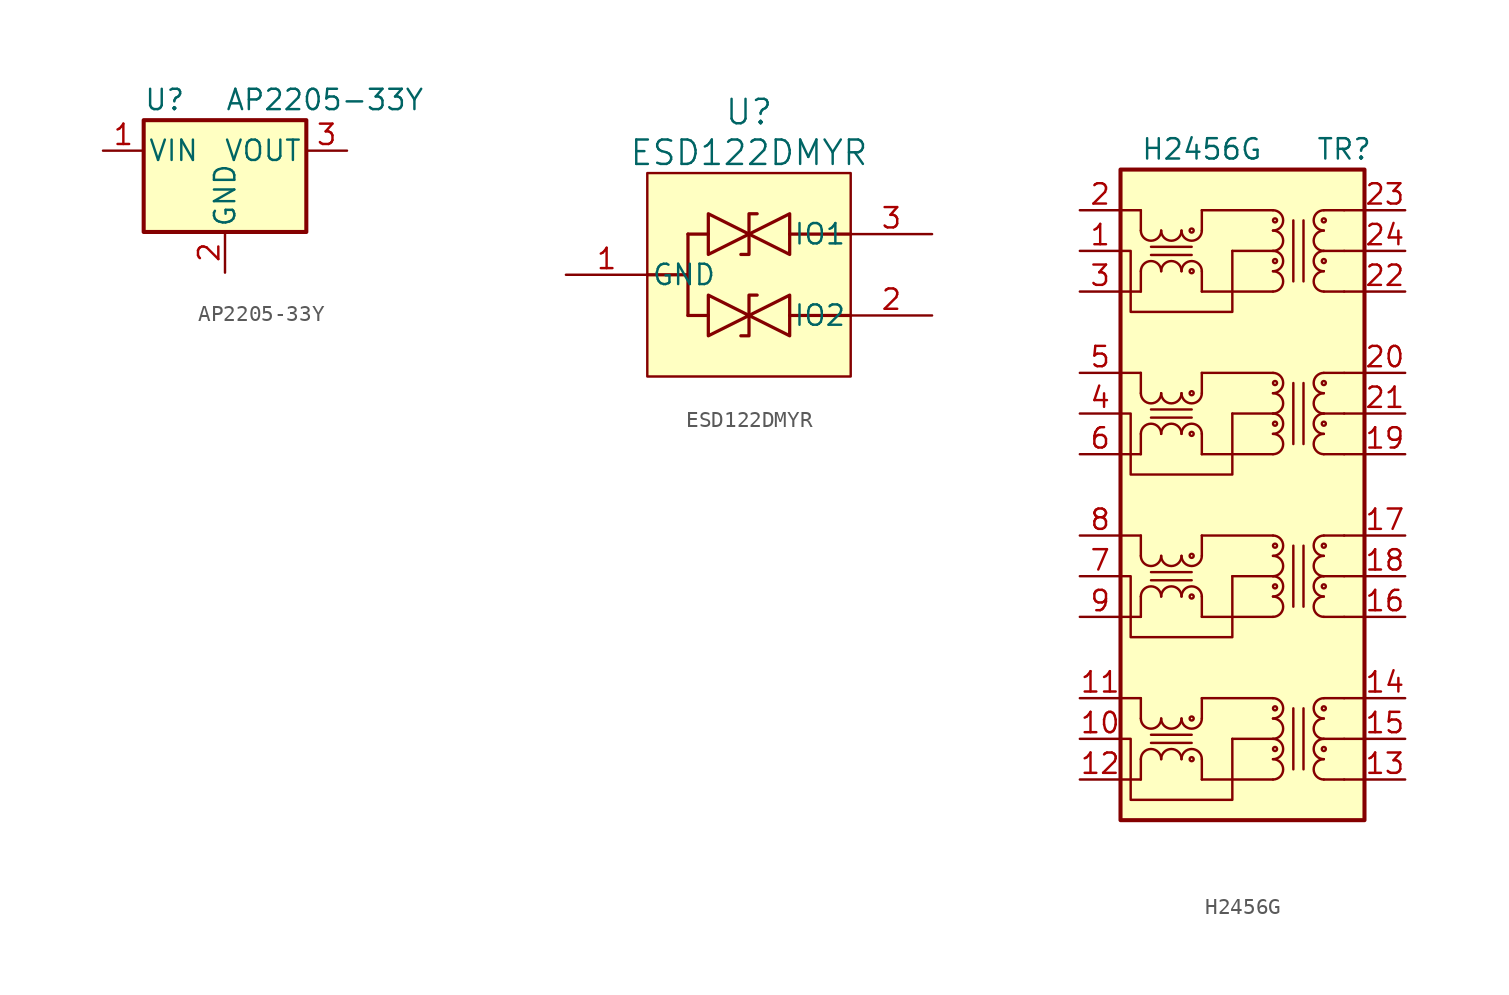
<source format=kicad_sym>
(kicad_symbol_lib
  (version 20220914)
  (generator kicad_symbol_editor)
  (symbol "AP2205-33Y"
    (pin_names
      (offset 0.254))
    (property "Reference" "U"
      (at -5.08 3.175 0)
      (effects (font (size 1.27 1.27)) (justify left)))
    (property "Value" "AP2205-33Y"
      (at 0 3.175 0)
      (effects (font (size 1.27 1.27)) (justify left)))
    (symbol "AP2205-33Y_0_1"
      (rectangle (start -5.08 1.905) (end 5.08 -5.08) (stroke (width 0.254) (type default)) (fill (type background))))
    (symbol "AP2205-33Y_1_1"
      (pin power_in line (at -7.62 0 0) (length 2.54) (name "VIN" (effects (font (size 1.27 1.27)))) (number "1" (effects (font (size 1.27 1.27)))))
      (pin power_in line (at 0 -7.62 90) (length 2.54) (name "GND" (effects (font (size 1.27 1.27)))) (number "2" (effects (font (size 1.27 1.27)))))
      (pin power_out line (at 7.62 0 180) (length 2.54) (name "VOUT" (effects (font (size 1.27 1.27)))) (number "3" (effects (font (size 1.27 1.27)))))))
  (symbol "ESD122DMYR"
    (pin_names
      (offset 0.254))
    (property "Reference" "U"
      (at 0 10.16 0)
      (effects (font (size 1.524 1.524))))
    (property "Value" "ESD122DMYR"
      (at 0 7.62 0)
      (effects (font (size 1.524 1.524))))
    (symbol "ESD122DMYR_0_1"
      (polyline (pts (xy -6.35 0) (xy -3.81 0)) (stroke (width 0.203) (type default)) (fill (type none)))
      (polyline (pts (xy -3.81 0) (xy -3.81 -2.54)) (stroke (width 0.203) (type default)) (fill (type none)))
      (polyline (pts (xy -3.81 2.54) (xy -3.81 0)) (stroke (width 0.203) (type default)) (fill (type none)))
      (polyline (pts (xy -2.54 -2.54) (xy -3.81 -2.54)) (stroke (width 0.203) (type default)) (fill (type none)))
      (polyline (pts (xy -2.54 2.54) (xy -3.81 2.54)) (stroke (width 0.203) (type default)) (fill (type none)))
      (polyline (pts (xy 6.35 -2.54) (xy 2.54 -2.54)) (stroke (width 0.203) (type default)) (fill (type none)))
      (polyline (pts (xy 6.35 2.54) (xy 2.54 2.54)) (stroke (width 0.203) (type default)) (fill (type none)))
      (polyline (pts (xy -2.54 -3.81) (xy 0 -2.54) (xy -2.54 -1.27) (xy -2.54 -3.81)) (stroke (width 0.203) (type default)) (fill (type none)))
      (polyline (pts (xy -2.54 1.27) (xy 0 2.54) (xy -2.54 3.81) (xy -2.54 1.27)) (stroke (width 0.203) (type default)) (fill (type none)))
      (polyline (pts (xy 0.508 -1.27) (xy 0 -1.27) (xy 0 -3.81) (xy -0.508 -3.81)) (stroke (width 0.203) (type default)) (fill (type none)))
      (polyline (pts (xy 0.508 3.81) (xy 0 3.81) (xy 0 1.27) (xy -0.508 1.27)) (stroke (width 0.203) (type default)) (fill (type none)))
      (polyline (pts (xy 2.54 -1.27) (xy 2.54 -3.81) (xy 0 -2.54) (xy 2.54 -1.27)) (stroke (width 0.203) (type default)) (fill (type none)))
      (polyline (pts (xy 2.54 3.81) (xy 2.54 1.27) (xy 0 2.54) (xy 2.54 3.81)) (stroke (width 0.203) (type default)) (fill (type none))))
    (symbol "ESD122DMYR_1_1"
      (rectangle (start -6.35 6.35) (end 6.35 -6.35) (stroke (width 0) (type default)) (fill (type background)))
      (pin passive line (at -11.43 0 0) (length 5.08) (name "GND" (effects (font (size 1.27 1.27)))) (number "1" (effects (font (size 1.27 1.27)))))
      (pin passive line (at 11.43 -2.54 180) (length 5.08) (name "IO2" (effects (font (size 1.27 1.27)))) (number "2" (effects (font (size 1.27 1.27)))))
      (pin passive line (at 11.43 2.54 180) (length 5.08) (name "IO1" (effects (font (size 1.27 1.27)))) (number "3" (effects (font (size 1.27 1.27)))))))
  (symbol "H2456G"
    (pin_names
      (offset 1.016) hide)
    (property "Reference" "TR"
      (at 6.35 21.59 0)
      (effects (font (size 1.27 1.27))))
    (property "Value" "H2456G"
      (at -2.54 21.59 0)
      (effects (font (size 1.27 1.27))))
    (symbol "H2456G_0_1"
      (rectangle (start -7.62 20.32) (end 7.62 -20.32) (stroke (width 0.254) (type default)) (fill (type background)))
      (polyline (pts (xy -7.62 15.24) (xy -7.62 15.24)) (stroke (width 0) (type default)) (fill (type none)))
      (polyline (pts (xy -6.35 -17.78) (xy -6.35 -16.51)) (stroke (width 0) (type default)) (fill (type none)))
      (polyline (pts (xy -6.35 -13.97) (xy -6.35 -12.7)) (stroke (width 0) (type default)) (fill (type none)))
      (polyline (pts (xy -6.35 -7.62) (xy -6.35 -6.35)) (stroke (width 0) (type default)) (fill (type none)))
      (polyline (pts (xy -6.35 -3.81) (xy -6.35 -2.54)) (stroke (width 0) (type default)) (fill (type none)))
      (polyline (pts (xy -6.35 2.54) (xy -6.35 3.81)) (stroke (width 0) (type default)) (fill (type none)))
      (polyline (pts (xy -6.35 6.35) (xy -6.35 7.62)) (stroke (width 0) (type default)) (fill (type none)))
      (polyline (pts (xy -6.35 12.7) (xy -6.35 13.97)) (stroke (width 0) (type default)) (fill (type none)))
      (polyline (pts (xy -6.35 16.51) (xy -6.35 17.78)) (stroke (width 0) (type default)) (fill (type none)))
      (polyline (pts (xy -2.54 -16.51) (xy -2.54 -17.78)) (stroke (width 0) (type default)) (fill (type none)))
      (polyline (pts (xy -2.54 -12.7) (xy -2.54 -13.97)) (stroke (width 0) (type default)) (fill (type none)))
      (polyline (pts (xy -2.54 -6.35) (xy -2.54 -7.62)) (stroke (width 0) (type default)) (fill (type none)))
      (polyline (pts (xy -2.54 -2.54) (xy -2.54 -3.81)) (stroke (width 0) (type default)) (fill (type none)))
      (polyline (pts (xy -2.54 3.81) (xy -2.54 2.54)) (stroke (width 0) (type default)) (fill (type none)))
      (polyline (pts (xy -2.54 7.62) (xy -2.54 6.35)) (stroke (width 0) (type default)) (fill (type none)))
      (polyline (pts (xy -2.54 13.97) (xy -2.54 12.7)) (stroke (width 0) (type default)) (fill (type none)))
      (polyline (pts (xy -2.54 17.78) (xy -2.54 16.51)) (stroke (width 0) (type default)) (fill (type none)))
      (polyline (pts (xy -0.635 -15.24) (xy -0.635 -19.05) (xy -6.985 -19.05) (xy -6.985 -15.24) (xy -7.62 -15.24)) (stroke (width 0) (type default)) (fill (type none)))
      (polyline (pts (xy -0.635 -5.08) (xy -0.635 -8.89) (xy -6.985 -8.89) (xy -6.985 -5.08) (xy -7.62 -5.08)) (stroke (width 0) (type default)) (fill (type none)))
      (polyline (pts (xy -0.635 5.08) (xy -0.635 1.27) (xy -6.985 1.27) (xy -6.985 5.08) (xy -7.62 5.08)) (stroke (width 0) (type default)) (fill (type none)))
      (polyline (pts (xy -0.635 15.24) (xy -0.635 11.43) (xy -6.985 11.43) (xy -6.985 15.24) (xy -7.62 15.24)) (stroke (width 0) (type default)) (fill (type none))))
    (symbol "H2456G_1_1"
      (arc (start -6.35 -13.97) (mid -5.715 -14.6023) (end -5.08 -13.97) (stroke (width 0) (type default)) (fill (type none)))
      (arc (start -6.35 -3.81) (mid -5.715 -4.4423) (end -5.08 -3.81) (stroke (width 0) (type default)) (fill (type none)))
      (arc (start -6.35 6.35) (mid -5.715 5.7177) (end -5.08 6.35) (stroke (width 0) (type default)) (fill (type none)))
      (arc (start -6.35 16.51) (mid -5.715 15.8777) (end -5.08 16.51) (stroke (width 0) (type default)) (fill (type none)))
      (arc (start -5.08 -16.51) (mid -5.715 -15.8777) (end -6.35 -16.51) (stroke (width 0) (type default)) (fill (type none)))
      (arc (start -5.08 -13.97) (mid -4.445 -14.6023) (end -3.81 -13.97) (stroke (width 0) (type default)) (fill (type none)))
      (arc (start -5.08 -6.35) (mid -5.715 -5.7177) (end -6.35 -6.35) (stroke (width 0) (type default)) (fill (type none)))
      (arc (start -5.08 -3.81) (mid -4.445 -4.4423) (end -3.81 -3.81) (stroke (width 0) (type default)) (fill (type none)))
      (arc (start -5.08 3.81) (mid -5.715 4.4423) (end -6.35 3.81) (stroke (width 0) (type default)) (fill (type none)))
      (arc (start -5.08 6.35) (mid -4.445 5.7177) (end -3.81 6.35) (stroke (width 0) (type default)) (fill (type none)))
      (arc (start -5.08 13.97) (mid -5.715 14.6023) (end -6.35 13.97) (stroke (width 0) (type default)) (fill (type none)))
      (arc (start -5.08 16.51) (mid -4.445 15.8777) (end -3.81 16.51) (stroke (width 0) (type default)) (fill (type none)))
      (arc (start -3.81 -16.51) (mid -4.445 -15.8777) (end -5.08 -16.51) (stroke (width 0) (type default)) (fill (type none)))
      (arc (start -3.81 -13.97) (mid -3.175 -14.6023) (end -2.54 -13.97) (stroke (width 0) (type default)) (fill (type none)))
      (arc (start -3.81 -6.35) (mid -4.445 -5.7177) (end -5.08 -6.35) (stroke (width 0) (type default)) (fill (type none)))
      (arc (start -3.81 -3.81) (mid -3.175 -4.4423) (end -2.54 -3.81) (stroke (width 0) (type default)) (fill (type none)))
      (arc (start -3.81 3.81) (mid -4.445 4.4423) (end -5.08 3.81) (stroke (width 0) (type default)) (fill (type none)))
      (arc (start -3.81 6.35) (mid -3.175 5.7177) (end -2.54 6.35) (stroke (width 0) (type default)) (fill (type none)))
      (arc (start -3.81 13.97) (mid -4.445 14.6023) (end -5.08 13.97) (stroke (width 0) (type default)) (fill (type none)))
      (arc (start -3.81 16.51) (mid -3.175 15.8777) (end -2.54 16.51) (stroke (width 0) (type default)) (fill (type none)))
      (circle (center -3.175 -16.51) (radius 0.127) (stroke (width 0) (type default)) (fill (type none)))
      (circle (center -3.175 -13.97) (radius 0.127) (stroke (width 0) (type default)) (fill (type none)))
      (circle (center -3.175 -6.35) (radius 0.127) (stroke (width 0) (type default)) (fill (type none)))
      (circle (center -3.175 -3.81) (radius 0.127) (stroke (width 0) (type default)) (fill (type none)))
      (circle (center -3.175 3.81) (radius 0.127) (stroke (width 0) (type default)) (fill (type none)))
      (circle (center -3.175 6.35) (radius 0.127) (stroke (width 0) (type default)) (fill (type none)))
      (circle (center -3.175 13.97) (radius 0.127) (stroke (width 0) (type default)) (fill (type none)))
      (circle (center -3.175 16.51) (radius 0.127) (stroke (width 0) (type default)) (fill (type none)))
      (arc (start -2.54 -16.51) (mid -3.175 -15.8777) (end -3.81 -16.51) (stroke (width 0) (type default)) (fill (type none)))
      (arc (start -2.54 -6.35) (mid -3.175 -5.7177) (end -3.81 -6.35) (stroke (width 0) (type default)) (fill (type none)))
      (arc (start -2.54 3.81) (mid -3.175 4.4423) (end -3.81 3.81) (stroke (width 0) (type default)) (fill (type none)))
      (arc (start -2.54 13.97) (mid -3.175 14.6023) (end -3.81 13.97) (stroke (width 0) (type default)) (fill (type none)))
      (polyline (pts (xy -7.62 -17.78) (xy -6.35 -17.78)) (stroke (width 0) (type default)) (fill (type none)))
      (polyline (pts (xy -7.62 -12.7) (xy -6.35 -12.7)) (stroke (width 0) (type default)) (fill (type none)))
      (polyline (pts (xy -7.62 -7.62) (xy -6.35 -7.62)) (stroke (width 0) (type default)) (fill (type none)))
      (polyline (pts (xy -7.62 -2.54) (xy -6.35 -2.54)) (stroke (width 0) (type default)) (fill (type none)))
      (polyline (pts (xy -7.62 2.54) (xy -6.35 2.54)) (stroke (width 0) (type default)) (fill (type none)))
      (polyline (pts (xy -7.62 7.62) (xy -6.35 7.62)) (stroke (width 0) (type default)) (fill (type none)))
      (polyline (pts (xy -7.62 12.7) (xy -6.35 12.7)) (stroke (width 0) (type default)) (fill (type none)))
      (polyline (pts (xy -7.62 17.78) (xy -6.35 17.78)) (stroke (width 0) (type default)) (fill (type none)))
      (polyline (pts (xy -5.715 -15.494) (xy -3.175 -15.494)) (stroke (width 0) (type default)) (fill (type none)))
      (polyline (pts (xy -5.715 -14.986) (xy -3.175 -14.986)) (stroke (width 0) (type default)) (fill (type none)))
      (polyline (pts (xy -5.715 -5.334) (xy -3.175 -5.334)) (stroke (width 0) (type default)) (fill (type none)))
      (polyline (pts (xy -5.715 -4.826) (xy -3.175 -4.826)) (stroke (width 0) (type default)) (fill (type none)))
      (polyline (pts (xy -5.715 4.826) (xy -3.175 4.826)) (stroke (width 0) (type default)) (fill (type none)))
      (polyline (pts (xy -5.715 5.334) (xy -3.175 5.334)) (stroke (width 0) (type default)) (fill (type none)))
      (polyline (pts (xy -5.715 14.986) (xy -3.175 14.986)) (stroke (width 0) (type default)) (fill (type none)))
      (polyline (pts (xy -5.715 15.494) (xy -3.175 15.494)) (stroke (width 0) (type default)) (fill (type none)))
      (polyline (pts (xy -2.54 -17.78) (xy 1.905 -17.78)) (stroke (width 0) (type default)) (fill (type none)))
      (polyline (pts (xy -2.54 -12.7) (xy 1.905 -12.7)) (stroke (width 0) (type default)) (fill (type none)))
      (polyline (pts (xy -2.54 -7.62) (xy 1.905 -7.62)) (stroke (width 0) (type default)) (fill (type none)))
      (polyline (pts (xy -2.54 -2.54) (xy 1.905 -2.54)) (stroke (width 0) (type default)) (fill (type none)))
      (polyline (pts (xy -2.54 2.54) (xy 1.905 2.54)) (stroke (width 0) (type default)) (fill (type none)))
      (polyline (pts (xy -2.54 7.62) (xy 1.905 7.62)) (stroke (width 0) (type default)) (fill (type none)))
      (polyline (pts (xy -2.54 12.7) (xy 1.905 12.7)) (stroke (width 0) (type default)) (fill (type none)))
      (polyline (pts (xy -2.54 17.78) (xy 1.905 17.78)) (stroke (width 0) (type default)) (fill (type none)))
      (polyline (pts (xy -0.635 -15.24) (xy 1.905 -15.24)) (stroke (width 0) (type default)) (fill (type none)))
      (polyline (pts (xy -0.635 -5.08) (xy 1.905 -5.08)) (stroke (width 0) (type default)) (fill (type none)))
      (polyline (pts (xy -0.635 5.08) (xy 1.905 5.08)) (stroke (width 0) (type default)) (fill (type none)))
      (polyline (pts (xy -0.635 15.24) (xy 1.905 15.24)) (stroke (width 0) (type default)) (fill (type none)))
      (polyline (pts (xy 3.175 -17.145) (xy 3.175 -13.335)) (stroke (width 0) (type default)) (fill (type none)))
      (polyline (pts (xy 3.175 -6.985) (xy 3.175 -3.175)) (stroke (width 0) (type default)) (fill (type none)))
      (polyline (pts (xy 3.175 3.175) (xy 3.175 6.985)) (stroke (width 0) (type default)) (fill (type none)))
      (polyline (pts (xy 3.175 13.335) (xy 3.175 17.145)) (stroke (width 0) (type default)) (fill (type none)))
      (polyline (pts (xy 3.81 -17.145) (xy 3.81 -13.335)) (stroke (width 0) (type default)) (fill (type none)))
      (polyline (pts (xy 3.81 -6.985) (xy 3.81 -3.175)) (stroke (width 0) (type default)) (fill (type none)))
      (polyline (pts (xy 3.81 3.175) (xy 3.81 6.985)) (stroke (width 0) (type default)) (fill (type none)))
      (polyline (pts (xy 3.81 13.335) (xy 3.81 17.145)) (stroke (width 0) (type default)) (fill (type none)))
      (polyline (pts (xy 6.35 -17.78) (xy 5.08 -17.78)) (stroke (width 0) (type default)) (fill (type none)))
      (polyline (pts (xy 6.35 -15.24) (xy 5.08 -15.24)) (stroke (width 0) (type default)) (fill (type none)))
      (polyline (pts (xy 6.35 -12.7) (xy 5.08 -12.7)) (stroke (width 0) (type default)) (fill (type none)))
      (polyline (pts (xy 6.35 -7.62) (xy 5.08 -7.62)) (stroke (width 0) (type default)) (fill (type none)))
      (polyline (pts (xy 6.35 -5.08) (xy 5.08 -5.08)) (stroke (width 0) (type default)) (fill (type none)))
      (polyline (pts (xy 6.35 -2.54) (xy 5.08 -2.54)) (stroke (width 0) (type default)) (fill (type none)))
      (polyline (pts (xy 6.35 2.54) (xy 5.08 2.54)) (stroke (width 0) (type default)) (fill (type none)))
      (polyline (pts (xy 6.35 5.08) (xy 5.08 5.08)) (stroke (width 0) (type default)) (fill (type none)))
      (polyline (pts (xy 6.35 7.62) (xy 5.08 7.62)) (stroke (width 0) (type default)) (fill (type none)))
      (polyline (pts (xy 6.35 12.7) (xy 5.08 12.7)) (stroke (width 0) (type default)) (fill (type none)))
      (polyline (pts (xy 6.35 15.24) (xy 5.08 15.24)) (stroke (width 0) (type default)) (fill (type none)))
      (polyline (pts (xy 6.35 17.78) (xy 5.08 17.78)) (stroke (width 0) (type default)) (fill (type none)))
      (polyline (pts (xy 7.62 -17.78) (xy 6.35 -17.78)) (stroke (width 0) (type default)) (fill (type none)))
      (polyline (pts (xy 7.62 -15.24) (xy 6.35 -15.24)) (stroke (width 0) (type default)) (fill (type none)))
      (polyline (pts (xy 7.62 -12.7) (xy 6.35 -12.7)) (stroke (width 0) (type default)) (fill (type none)))
      (polyline (pts (xy 7.62 -7.62) (xy 6.35 -7.62)) (stroke (width 0) (type default)) (fill (type none)))
      (polyline (pts (xy 7.62 -5.08) (xy 6.35 -5.08)) (stroke (width 0) (type default)) (fill (type none)))
      (polyline (pts (xy 7.62 -2.54) (xy 6.35 -2.54)) (stroke (width 0) (type default)) (fill (type none)))
      (polyline (pts (xy 7.62 2.54) (xy 6.35 2.54)) (stroke (width 0) (type default)) (fill (type none)))
      (polyline (pts (xy 7.62 5.08) (xy 6.35 5.08)) (stroke (width 0) (type default)) (fill (type none)))
      (polyline (pts (xy 7.62 7.62) (xy 6.35 7.62)) (stroke (width 0) (type default)) (fill (type none)))
      (polyline (pts (xy 7.62 12.7) (xy 6.35 12.7)) (stroke (width 0) (type default)) (fill (type none)))
      (polyline (pts (xy 7.62 15.24) (xy 6.35 15.24)) (stroke (width 0) (type default)) (fill (type none)))
      (polyline (pts (xy 7.62 17.78) (xy 6.35 17.78)) (stroke (width 0) (type default)) (fill (type none)))
      (arc (start 1.905 -17.78) (mid 2.5373 -17.145) (end 1.905 -16.51) (stroke (width 0) (type default)) (fill (type none)))
      (arc (start 1.905 -16.51) (mid 2.5373 -15.875) (end 1.905 -15.24) (stroke (width 0) (type default)) (fill (type none)))
      (arc (start 1.905 -15.24) (mid 2.5373 -14.605) (end 1.905 -13.97) (stroke (width 0) (type default)) (fill (type none)))
      (arc (start 1.905 -13.97) (mid 2.5373 -13.335) (end 1.905 -12.7) (stroke (width 0) (type default)) (fill (type none)))
      (arc (start 1.905 -7.62) (mid 2.5373 -6.985) (end 1.905 -6.35) (stroke (width 0) (type default)) (fill (type none)))
      (arc (start 1.905 -6.35) (mid 2.5373 -5.715) (end 1.905 -5.08) (stroke (width 0) (type default)) (fill (type none)))
      (arc (start 1.905 -5.08) (mid 2.5373 -4.445) (end 1.905 -3.81) (stroke (width 0) (type default)) (fill (type none)))
      (arc (start 1.905 -3.81) (mid 2.5373 -3.175) (end 1.905 -2.54) (stroke (width 0) (type default)) (fill (type none)))
      (arc (start 1.905 2.54) (mid 2.5373 3.175) (end 1.905 3.81) (stroke (width 0) (type default)) (fill (type none)))
      (arc (start 1.905 3.81) (mid 2.5373 4.445) (end 1.905 5.08) (stroke (width 0) (type default)) (fill (type none)))
      (arc (start 1.905 5.08) (mid 2.5373 5.715) (end 1.905 6.35) (stroke (width 0) (type default)) (fill (type none)))
      (arc (start 1.905 6.35) (mid 2.5373 6.985) (end 1.905 7.62) (stroke (width 0) (type default)) (fill (type none)))
      (arc (start 1.905 12.7) (mid 2.5373 13.335) (end 1.905 13.97) (stroke (width 0) (type default)) (fill (type none)))
      (arc (start 1.905 13.97) (mid 2.5373 14.605) (end 1.905 15.24) (stroke (width 0) (type default)) (fill (type none)))
      (arc (start 1.905 15.24) (mid 2.5373 15.875) (end 1.905 16.51) (stroke (width 0) (type default)) (fill (type none)))
      (arc (start 1.905 16.51) (mid 2.5373 17.145) (end 1.905 17.78) (stroke (width 0) (type default)) (fill (type none)))
      (circle (center 2.032 -15.875) (radius 0.127) (stroke (width 0) (type default)) (fill (type none)))
      (circle (center 2.032 -13.335) (radius 0.127) (stroke (width 0) (type default)) (fill (type none)))
      (circle (center 2.032 -5.715) (radius 0.127) (stroke (width 0) (type default)) (fill (type none)))
      (circle (center 2.032 -3.175) (radius 0.127) (stroke (width 0) (type default)) (fill (type none)))
      (circle (center 2.032 4.445) (radius 0.127) (stroke (width 0) (type default)) (fill (type none)))
      (circle (center 2.032 6.985) (radius 0.127) (stroke (width 0) (type default)) (fill (type none)))
      (circle (center 2.032 14.605) (radius 0.127) (stroke (width 0) (type default)) (fill (type none)))
      (circle (center 2.032 17.145) (radius 0.127) (stroke (width 0) (type default)) (fill (type none)))
      (arc (start 5.08 -16.51) (mid 4.4477 -17.145) (end 5.08 -17.78) (stroke (width 0) (type default)) (fill (type none)))
      (circle (center 5.08 -15.875) (radius 0.127) (stroke (width 0) (type default)) (fill (type none)))
      (arc (start 5.08 -15.24) (mid 4.4477 -15.875) (end 5.08 -16.51) (stroke (width 0) (type default)) (fill (type none)))
      (arc (start 5.08 -13.97) (mid 4.4477 -14.605) (end 5.08 -15.24) (stroke (width 0) (type default)) (fill (type none)))
      (circle (center 5.08 -13.335) (radius 0.127) (stroke (width 0) (type default)) (fill (type none)))
      (arc (start 5.08 -12.7) (mid 4.4477 -13.335) (end 5.08 -13.97) (stroke (width 0) (type default)) (fill (type none)))
      (arc (start 5.08 -6.35) (mid 4.4477 -6.985) (end 5.08 -7.62) (stroke (width 0) (type default)) (fill (type none)))
      (circle (center 5.08 -5.715) (radius 0.127) (stroke (width 0) (type default)) (fill (type none)))
      (arc (start 5.08 -5.08) (mid 4.4477 -5.715) (end 5.08 -6.35) (stroke (width 0) (type default)) (fill (type none)))
      (arc (start 5.08 -3.81) (mid 4.4477 -4.445) (end 5.08 -5.08) (stroke (width 0) (type default)) (fill (type none)))
      (circle (center 5.08 -3.175) (radius 0.127) (stroke (width 0) (type default)) (fill (type none)))
      (arc (start 5.08 -2.54) (mid 4.4477 -3.175) (end 5.08 -3.81) (stroke (width 0) (type default)) (fill (type none)))
      (arc (start 5.08 3.81) (mid 4.4477 3.175) (end 5.08 2.54) (stroke (width 0) (type default)) (fill (type none)))
      (circle (center 5.08 4.445) (radius 0.127) (stroke (width 0) (type default)) (fill (type none)))
      (arc (start 5.08 5.08) (mid 4.4477 4.445) (end 5.08 3.81) (stroke (width 0) (type default)) (fill (type none)))
      (arc (start 5.08 6.35) (mid 4.4477 5.715) (end 5.08 5.08) (stroke (width 0) (type default)) (fill (type none)))
      (circle (center 5.08 6.985) (radius 0.127) (stroke (width 0) (type default)) (fill (type none)))
      (arc (start 5.08 7.62) (mid 4.4477 6.985) (end 5.08 6.35) (stroke (width 0) (type default)) (fill (type none)))
      (arc (start 5.08 13.97) (mid 4.4477 13.335) (end 5.08 12.7) (stroke (width 0) (type default)) (fill (type none)))
      (circle (center 5.08 14.605) (radius 0.127) (stroke (width 0) (type default)) (fill (type none)))
      (arc (start 5.08 15.24) (mid 4.4477 14.605) (end 5.08 13.97) (stroke (width 0) (type default)) (fill (type none)))
      (arc (start 5.08 16.51) (mid 4.4477 15.875) (end 5.08 15.24) (stroke (width 0) (type default)) (fill (type none)))
      (circle (center 5.08 17.145) (radius 0.127) (stroke (width 0) (type default)) (fill (type none)))
      (arc (start 5.08 17.78) (mid 4.4477 17.145) (end 5.08 16.51) (stroke (width 0) (type default)) (fill (type none)))
      (pin passive line (at -10.16 15.24 0) (length 2.54) (name "CT" (effects (font (size 1.27 1.27)))) (number "1" (effects (font (size 1.27 1.27)))))
      (pin passive line (at -10.16 -15.24 0) (length 2.54) (name "CT" (effects (font (size 1.27 1.27)))) (number "10" (effects (font (size 1.27 1.27)))))
      (pin passive line (at -10.16 -12.7 0) (length 2.54) (name "MX4+" (effects (font (size 1.27 1.27)))) (number "11" (effects (font (size 1.27 1.27)))))
      (pin passive line (at -10.16 -17.78 0) (length 2.54) (name "MX4-" (effects (font (size 1.27 1.27)))) (number "12" (effects (font (size 1.27 1.27)))))
      (pin passive line (at 10.16 -17.78 180) (length 2.54) (name "TD4-" (effects (font (size 1.27 1.27)))) (number "13" (effects (font (size 1.27 1.27)))))
      (pin passive line (at 10.16 -12.7 180) (length 2.54) (name "TD4+" (effects (font (size 1.27 1.27)))) (number "14" (effects (font (size 1.27 1.27)))))
      (pin passive line (at 10.16 -15.24 180) (length 2.54) (name "CT" (effects (font (size 1.27 1.27)))) (number "15" (effects (font (size 1.27 1.27)))))
      (pin passive line (at 10.16 -7.62 180) (length 2.54) (name "TD3-" (effects (font (size 1.27 1.27)))) (number "16" (effects (font (size 1.27 1.27)))))
      (pin passive line (at 10.16 -2.54 180) (length 2.54) (name "17" (effects (font (size 1.27 1.27)))) (number "17" (effects (font (size 1.27 1.27)))))
      (pin passive line (at 10.16 -5.08 180) (length 2.54) (name "CT" (effects (font (size 1.27 1.27)))) (number "18" (effects (font (size 1.27 1.27)))))
      (pin passive line (at 10.16 2.54 180) (length 2.54) (name "TD2-" (effects (font (size 1.27 1.27)))) (number "19" (effects (font (size 1.27 1.27)))))
      (pin passive line (at -10.16 17.78 0) (length 2.54) (name "MX1+" (effects (font (size 1.27 1.27)))) (number "2" (effects (font (size 1.27 1.27)))))
      (pin passive line (at 10.16 7.62 180) (length 2.54) (name "TD2+" (effects (font (size 1.27 1.27)))) (number "20" (effects (font (size 1.27 1.27)))))
      (pin passive line (at 10.16 5.08 180) (length 2.54) (name "CT" (effects (font (size 1.27 1.27)))) (number "21" (effects (font (size 1.27 1.27)))))
      (pin passive line (at 10.16 12.7 180) (length 2.54) (name "TD1-" (effects (font (size 1.27 1.27)))) (number "22" (effects (font (size 1.27 1.27)))))
      (pin passive line (at 10.16 17.78 180) (length 2.54) (name "TD1+" (effects (font (size 1.27 1.27)))) (number "23" (effects (font (size 1.27 1.27)))))
      (pin passive line (at 10.16 15.24 180) (length 2.54) (name "CT" (effects (font (size 1.27 1.27)))) (number "24" (effects (font (size 1.27 1.27)))))
      (pin passive line (at -10.16 12.7 0) (length 2.54) (name "MX1-" (effects (font (size 1.27 1.27)))) (number "3" (effects (font (size 1.27 1.27)))))
      (pin passive line (at -10.16 5.08 0) (length 2.54) (name "CT" (effects (font (size 1.27 1.27)))) (number "4" (effects (font (size 1.27 1.27)))))
      (pin passive line (at -10.16 7.62 0) (length 2.54) (name "MX2+" (effects (font (size 1.27 1.27)))) (number "5" (effects (font (size 1.27 1.27)))))
      (pin passive line (at -10.16 2.54 0) (length 2.54) (name "MX2-" (effects (font (size 1.27 1.27)))) (number "6" (effects (font (size 1.27 1.27)))))
      (pin passive line (at -10.16 -5.08 0) (length 2.54) (name "CT" (effects (font (size 1.27 1.27)))) (number "7" (effects (font (size 1.27 1.27)))))
      (pin passive line (at -10.16 -2.54 0) (length 2.54) (name "MX3+" (effects (font (size 1.27 1.27)))) (number "8" (effects (font (size 1.27 1.27)))))
      (pin passive line (at -10.16 -7.62 0) (length 2.54) (name "MX3-" (effects (font (size 1.27 1.27)))) (number "9" (effects (font (size 1.27 1.27))))))))
</source>
